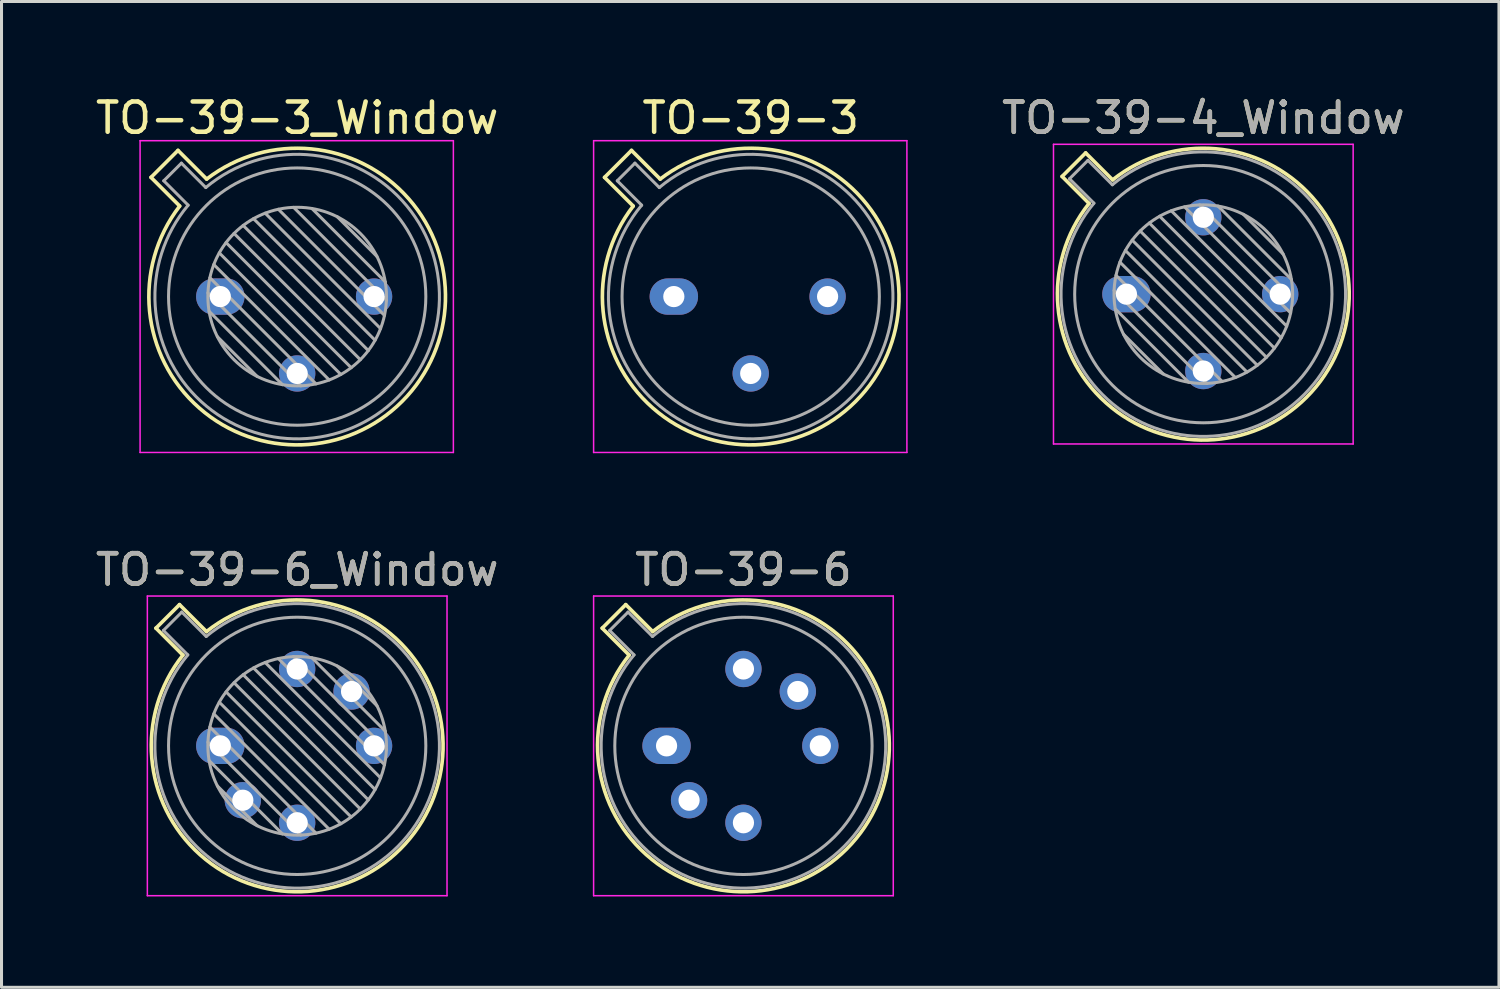
<source format=kicad_pcb>
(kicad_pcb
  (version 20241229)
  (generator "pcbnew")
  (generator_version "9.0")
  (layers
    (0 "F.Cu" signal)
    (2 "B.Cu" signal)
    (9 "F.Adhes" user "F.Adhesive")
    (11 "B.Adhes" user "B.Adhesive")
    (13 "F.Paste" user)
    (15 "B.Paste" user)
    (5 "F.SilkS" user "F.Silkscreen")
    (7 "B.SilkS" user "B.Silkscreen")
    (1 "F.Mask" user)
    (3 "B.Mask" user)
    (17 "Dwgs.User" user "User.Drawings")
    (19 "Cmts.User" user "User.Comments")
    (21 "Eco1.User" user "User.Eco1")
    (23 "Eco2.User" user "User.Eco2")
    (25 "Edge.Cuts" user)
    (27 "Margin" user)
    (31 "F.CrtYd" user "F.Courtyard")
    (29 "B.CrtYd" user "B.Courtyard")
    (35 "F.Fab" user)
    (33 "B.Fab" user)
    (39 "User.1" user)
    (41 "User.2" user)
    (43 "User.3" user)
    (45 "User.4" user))
  (footprint "TO-39-6"
    (layer "F.Cu")
    (at 18.971 21.591)
    (property "Reference" "TO-39-6" (at 2.54 -5.82 0) (layer "F.SilkS") (effects (font (size 1 1) (thickness 0.15))))
    (attr through_hole)
    (fp_line (start -2.126 -3.888) (end -1.235 -2.997) (stroke (width 0.12) (type solid)) (layer "F.SilkS"))
    (fp_line (start -1.348 -4.666) (end -2.126 -3.888) (stroke (width 0.12) (type solid)) (layer "F.SilkS"))
    (fp_line (start -0.457 -3.775) (end -1.348 -4.666) (stroke (width 0.12) (type solid)) (layer "F.SilkS"))
    (fp_arc (start -0.457084 -3.774902) (mid 5.948125 3.408384) (end -1.234674 -2.997371) (stroke (width 0.12) (type solid)) (layer "F.SilkS"))
    (fp_line (start -2.41 -4.95) (end -2.41 4.95) (stroke (width 0.05) (type solid)) (layer "F.CrtYd"))
    (fp_line (start -2.41 4.95) (end 7.49 4.95) (stroke (width 0.05) (type solid)) (layer "F.CrtYd"))
    (fp_line (start 7.49 -4.95) (end -2.41 -4.95) (stroke (width 0.05) (type solid)) (layer "F.CrtYd"))
    (fp_line (start 7.49 4.95) (end 7.49 -4.95) (stroke (width 0.05) (type solid)) (layer "F.CrtYd"))
    (fp_line (start -1.88 -3.812) (end -1.074 -3.005) (stroke (width 0.1) (type solid)) (layer "F.Fab"))
    (fp_line (start -1.272 -4.42) (end -1.88 -3.812) (stroke (width 0.1) (type solid)) (layer "F.Fab"))
    (fp_line (start -0.465 -3.614) (end -1.272 -4.42) (stroke (width 0.1) (type solid)) (layer "F.Fab"))
    (fp_arc (start -0.465408 -3.61352) (mid 5.863443 3.323361) (end -1.073594 -3.005319) (stroke (width 0.1) (type solid)) (layer "F.Fab"))
    (fp_circle (center 2.54 0) (end 6.79 0) (stroke (width 0.1) (type solid)) (fill no) (layer "F.Fab"))
    (fp_text user "${REFERENCE}" (at 2.54 -5.82 0) (layer "F.Fab") (effects (font (size 1 1) (thickness 0.15))))
    (pad "1" thru_hole oval (at 0 0) (size 1.6 1.2) (drill 0.7) (layers "*.Cu" "*.Mask"))
    (pad "2" thru_hole oval (at 0.744 1.796) (size 1.2 1.2) (drill 0.7) (layers "*.Cu" "*.Mask"))
    (pad "3" thru_hole oval (at 2.54 2.54) (size 1.2 1.2) (drill 0.7) (layers "*.Cu" "*.Mask"))
    (pad "4" thru_hole oval (at 5.08 0) (size 1.2 1.2) (drill 0.7) (layers "*.Cu" "*.Mask"))
    (pad "5" thru_hole oval (at 4.336 -1.796) (size 1.2 1.2) (drill 0.7) (layers "*.Cu" "*.Mask"))
    (pad "6" thru_hole oval (at 2.54 -2.54) (size 1.2 1.2) (drill 0.7) (layers "*.Cu" "*.Mask")))
  (footprint "TO-39-4_Window"
    (layer "F.Cu")
    (at 34.164 6.668)
    (property "Reference" "TO-39-4_Window" (at 2.54 -5.82 0) (layer "F.SilkS") (effects (font (size 1 1) (thickness 0.15))))
    (attr through_hole)
    (fp_line (start -2.126 -3.888) (end -1.235 -2.997) (stroke (width 0.12) (type solid)) (layer "F.SilkS"))
    (fp_line (start -1.348 -4.666) (end -2.126 -3.888) (stroke (width 0.12) (type solid)) (layer "F.SilkS"))
    (fp_line (start -0.457 -3.775) (end -1.348 -4.666) (stroke (width 0.12) (type solid)) (layer "F.SilkS"))
    (fp_arc (start -0.457084 -3.774902) (mid 5.948125 3.408384) (end -1.234674 -2.997371) (stroke (width 0.12) (type solid)) (layer "F.SilkS"))
    (fp_line (start -2.41 -4.95) (end -2.41 4.95) (stroke (width 0.05) (type solid)) (layer "F.CrtYd"))
    (fp_line (start -2.41 4.95) (end 7.49 4.95) (stroke (width 0.05) (type solid)) (layer "F.CrtYd"))
    (fp_line (start 7.49 -4.95) (end -2.41 -4.95) (stroke (width 0.05) (type solid)) (layer "F.CrtYd"))
    (fp_line (start 7.49 4.95) (end 7.49 -4.95) (stroke (width 0.05) (type solid)) (layer "F.CrtYd"))
    (fp_line (start -1.88 -3.812) (end -1.074 -3.005) (stroke (width 0.1) (type solid)) (layer "F.Fab"))
    (fp_line (start -1.272 -4.42) (end -1.88 -3.812) (stroke (width 0.1) (type solid)) (layer "F.Fab"))
    (fp_line (start -0.465 -3.614) (end -1.272 -4.42) (stroke (width 0.1) (type solid)) (layer "F.Fab"))
    (fp_line (start -0.408 -0.12) (end 2.66 2.948) (stroke (width 0.1) (type solid)) (layer "F.Fab"))
    (fp_line (start -0.371 0.485) (end 2.055 2.911) (stroke (width 0.1) (type solid)) (layer "F.Fab"))
    (fp_line (start -0.344 -0.622) (end 3.162 2.884) (stroke (width 0.1) (type solid)) (layer "F.Fab"))
    (fp_line (start -0.215 -1.058) (end 3.598 2.755) (stroke (width 0.1) (type solid)) (layer "F.Fab"))
    (fp_line (start -0.097 1.324) (end 1.216 2.637) (stroke (width 0.1) (type solid)) (layer "F.Fab"))
    (fp_line (start -0.034 -1.443) (end 3.983 2.574) (stroke (width 0.1) (type solid)) (layer "F.Fab"))
    (fp_line (start 0.19 -1.784) (end 4.324 2.35) (stroke (width 0.1) (type solid)) (layer "F.Fab"))
    (fp_line (start 0.454 -2.086) (end 4.626 2.086) (stroke (width 0.1) (type solid)) (layer "F.Fab"))
    (fp_line (start 0.756 -2.35) (end 4.89 1.784) (stroke (width 0.1) (type solid)) (layer "F.Fab"))
    (fp_line (start 1.097 -2.574) (end 5.114 1.443) (stroke (width 0.1) (type solid)) (layer "F.Fab"))
    (fp_line (start 1.482 -2.755) (end 5.295 1.058) (stroke (width 0.1) (type solid)) (layer "F.Fab"))
    (fp_line (start 1.918 -2.884) (end 5.424 0.622) (stroke (width 0.1) (type solid)) (layer "F.Fab"))
    (fp_line (start 2.42 -2.948) (end 5.488 0.12) (stroke (width 0.1) (type solid)) (layer "F.Fab"))
    (fp_line (start 3.025 -2.911) (end 5.451 -0.485) (stroke (width 0.1) (type solid)) (layer "F.Fab"))
    (fp_line (start 3.864 -2.637) (end 5.177 -1.324) (stroke (width 0.1) (type solid)) (layer "F.Fab"))
    (fp_arc (start -0.465408 -3.61352) (mid 5.863443 3.323361) (end -1.073594 -3.005319) (stroke (width 0.1) (type solid)) (layer "F.Fab"))
    (fp_circle (center 2.54 0) (end 5.49 0) (stroke (width 0.1) (type solid)) (fill no) (layer "F.Fab"))
    (fp_circle (center 2.54 0) (end 6.79 0) (stroke (width 0.1) (type solid)) (fill no) (layer "F.Fab"))
    (fp_text user "${REFERENCE}" (at 2.54 -5.82 0) (layer "F.Fab") (effects (font (size 1 1) (thickness 0.15))))
    (pad "1" thru_hole oval (at 0 0) (size 1.6 1.2) (drill 0.7) (layers "*.Cu" "*.Mask"))
    (pad "2" thru_hole oval (at 2.54 2.54) (size 1.2 1.2) (drill 0.7) (layers "*.Cu" "*.Mask"))
    (pad "3" thru_hole oval (at 5.08 0) (size 1.2 1.2) (drill 0.7) (layers "*.Cu" "*.Mask"))
    (pad "4" thru_hole oval (at 2.54 -2.54) (size 1.2 1.2) (drill 0.7) (layers "*.Cu" "*.Mask")))
  (footprint "TO-39-6_Window"
    (layer "F.Cu")
    (at 4.228 21.591)
    (property "Reference" "TO-39-6_Window" (at 2.54 -5.82 0) (layer "F.SilkS") (effects (font (size 1 1) (thickness 0.15))))
    (attr through_hole)
    (fp_line (start -2.126 -3.888) (end -1.235 -2.997) (stroke (width 0.12) (type solid)) (layer "F.SilkS"))
    (fp_line (start -1.348 -4.666) (end -2.126 -3.888) (stroke (width 0.12) (type solid)) (layer "F.SilkS"))
    (fp_line (start -0.457 -3.775) (end -1.348 -4.666) (stroke (width 0.12) (type solid)) (layer "F.SilkS"))
    (fp_arc (start -0.457084 -3.774902) (mid 5.948125 3.408384) (end -1.234674 -2.997371) (stroke (width 0.12) (type solid)) (layer "F.SilkS"))
    (fp_line (start -2.41 -4.95) (end -2.41 4.95) (stroke (width 0.05) (type solid)) (layer "F.CrtYd"))
    (fp_line (start -2.41 4.95) (end 7.49 4.95) (stroke (width 0.05) (type solid)) (layer "F.CrtYd"))
    (fp_line (start 7.49 -4.95) (end -2.41 -4.95) (stroke (width 0.05) (type solid)) (layer "F.CrtYd"))
    (fp_line (start 7.49 4.95) (end 7.49 -4.95) (stroke (width 0.05) (type solid)) (layer "F.CrtYd"))
    (fp_line (start -1.88 -3.812) (end -1.074 -3.005) (stroke (width 0.1) (type solid)) (layer "F.Fab"))
    (fp_line (start -1.272 -4.42) (end -1.88 -3.812) (stroke (width 0.1) (type solid)) (layer "F.Fab"))
    (fp_line (start -0.465 -3.614) (end -1.272 -4.42) (stroke (width 0.1) (type solid)) (layer "F.Fab"))
    (fp_line (start -0.408 -0.12) (end 2.66 2.948) (stroke (width 0.1) (type solid)) (layer "F.Fab"))
    (fp_line (start -0.371 0.485) (end 2.055 2.911) (stroke (width 0.1) (type solid)) (layer "F.Fab"))
    (fp_line (start -0.344 -0.622) (end 3.162 2.884) (stroke (width 0.1) (type solid)) (layer "F.Fab"))
    (fp_line (start -0.215 -1.058) (end 3.598 2.755) (stroke (width 0.1) (type solid)) (layer "F.Fab"))
    (fp_line (start -0.097 1.324) (end 1.216 2.637) (stroke (width 0.1) (type solid)) (layer "F.Fab"))
    (fp_line (start -0.034 -1.443) (end 3.983 2.574) (stroke (width 0.1) (type solid)) (layer "F.Fab"))
    (fp_line (start 0.19 -1.784) (end 4.324 2.35) (stroke (width 0.1) (type solid)) (layer "F.Fab"))
    (fp_line (start 0.454 -2.086) (end 4.626 2.086) (stroke (width 0.1) (type solid)) (layer "F.Fab"))
    (fp_line (start 0.756 -2.35) (end 4.89 1.784) (stroke (width 0.1) (type solid)) (layer "F.Fab"))
    (fp_line (start 1.097 -2.574) (end 5.114 1.443) (stroke (width 0.1) (type solid)) (layer "F.Fab"))
    (fp_line (start 1.482 -2.755) (end 5.295 1.058) (stroke (width 0.1) (type solid)) (layer "F.Fab"))
    (fp_line (start 1.918 -2.884) (end 5.424 0.622) (stroke (width 0.1) (type solid)) (layer "F.Fab"))
    (fp_line (start 2.42 -2.948) (end 5.488 0.12) (stroke (width 0.1) (type solid)) (layer "F.Fab"))
    (fp_line (start 3.025 -2.911) (end 5.451 -0.485) (stroke (width 0.1) (type solid)) (layer "F.Fab"))
    (fp_line (start 3.864 -2.637) (end 5.177 -1.324) (stroke (width 0.1) (type solid)) (layer "F.Fab"))
    (fp_arc (start -0.465408 -3.61352) (mid 5.863443 3.323361) (end -1.073594 -3.005319) (stroke (width 0.1) (type solid)) (layer "F.Fab"))
    (fp_circle (center 2.54 0) (end 5.49 0) (stroke (width 0.1) (type solid)) (fill no) (layer "F.Fab"))
    (fp_circle (center 2.54 0) (end 6.79 0) (stroke (width 0.1) (type solid)) (fill no) (layer "F.Fab"))
    (fp_text user "${REFERENCE}" (at 2.54 -5.82 0) (layer "F.Fab") (effects (font (size 1 1) (thickness 0.15))))
    (pad "1" thru_hole oval (at 0 0) (size 1.6 1.2) (drill 0.7) (layers "*.Cu" "*.Mask"))
    (pad "2" thru_hole oval (at 0.744 1.796) (size 1.2 1.2) (drill 0.7) (layers "*.Cu" "*.Mask"))
    (pad "3" thru_hole oval (at 2.54 2.54) (size 1.2 1.2) (drill 0.7) (layers "*.Cu" "*.Mask"))
    (pad "4" thru_hole oval (at 5.08 0) (size 1.2 1.2) (drill 0.7) (layers "*.Cu" "*.Mask"))
    (pad "5" thru_hole oval (at 4.336 -1.796) (size 1.2 1.2) (drill 0.7) (layers "*.Cu" "*.Mask"))
    (pad "6" thru_hole oval (at 2.54 -2.54) (size 1.2 1.2) (drill 0.7) (layers "*.Cu" "*.Mask")))
  (footprint "TO-39-3"
    (layer "F.Cu")
    (at 19.211 6.748)
    (property "Reference" "TO-39-3" (at 2.54 -5.9 0) (layer "F.SilkS") (effects (font (size 1 1) (thickness 0.15))))
    (attr through_hole)
    (fp_line (start -2.289 -3.938) (end -1.342 -2.991) (stroke (width 0.12) (type solid)) (layer "F.SilkS"))
    (fp_line (start -1.398 -4.829) (end -2.289 -3.938) (stroke (width 0.12) (type solid)) (layer "F.SilkS"))
    (fp_line (start -0.451 -3.882) (end -1.398 -4.829) (stroke (width 0.12) (type solid)) (layer "F.SilkS"))
    (fp_arc (start -0.450589 -3.881543) (mid 6.005607 3.46404) (end -1.342895 -2.988833) (stroke (width 0.12) (type solid)) (layer "F.SilkS"))
    (fp_line (start -2.65 -5.15) (end -2.65 5.15) (stroke (width 0.05) (type solid)) (layer "F.CrtYd"))
    (fp_line (start -2.65 5.15) (end 7.7 5.15) (stroke (width 0.05) (type solid)) (layer "F.CrtYd"))
    (fp_line (start 7.7 -5.15) (end -2.65 -5.15) (stroke (width 0.05) (type solid)) (layer "F.CrtYd"))
    (fp_line (start 7.7 5.15) (end 7.7 -5.15) (stroke (width 0.05) (type solid)) (layer "F.CrtYd"))
    (fp_line (start -1.868 -3.825) (end -1.062 -3.019) (stroke (width 0.1) (type solid)) (layer "F.Fab"))
    (fp_line (start -1.285 -4.408) (end -1.868 -3.825) (stroke (width 0.1) (type solid)) (layer "F.Fab"))
    (fp_line (start -0.479 -3.602) (end -1.285 -4.408) (stroke (width 0.1) (type solid)) (layer "F.Fab"))
    (fp_arc (start -0.478935 -3.602226) (mid 5.864303 3.322501) (end -1.063862 -3.016982) (stroke (width 0.1) (type solid)) (layer "F.Fab"))
    (fp_circle (center 2.54 0) (end 6.79 0) (stroke (width 0.1) (type solid)) (fill no) (layer "F.Fab"))
    (pad "1" thru_hole oval (at 0 0) (size 1.6 1.2) (drill 0.7) (layers "*.Cu" "*.Mask"))
    (pad "2" thru_hole oval (at 2.54 2.54) (size 1.2 1.2) (drill 0.7) (layers "*.Cu" "*.Mask"))
    (pad "3" thru_hole oval (at 5.08 0) (size 1.2 1.2) (drill 0.7) (layers "*.Cu" "*.Mask")))
  (footprint "TO-39-3_Window"
    (layer "F.Cu")
    (at 4.228 6.748)
    (property "Reference" "TO-39-3_Window" (at 2.54 -5.9 0) (layer "F.SilkS") (effects (font (size 1 1) (thickness 0.15))))
    (attr through_hole)
    (fp_line (start -2.289 -3.938) (end -1.342 -2.991) (stroke (width 0.12) (type solid)) (layer "F.SilkS"))
    (fp_line (start -1.398 -4.829) (end -2.289 -3.938) (stroke (width 0.12) (type solid)) (layer "F.SilkS"))
    (fp_line (start -0.451 -3.882) (end -1.398 -4.829) (stroke (width 0.12) (type solid)) (layer "F.SilkS"))
    (fp_arc (start -0.450589 -3.881543) (mid 6.005607 3.46404) (end -1.342895 -2.988833) (stroke (width 0.12) (type solid)) (layer "F.SilkS"))
    (fp_line (start -2.65 -5.15) (end -2.65 5.15) (stroke (width 0.05) (type solid)) (layer "F.CrtYd"))
    (fp_line (start -2.65 5.15) (end 7.7 5.15) (stroke (width 0.05) (type solid)) (layer "F.CrtYd"))
    (fp_line (start 7.7 -5.15) (end -2.65 -5.15) (stroke (width 0.05) (type solid)) (layer "F.CrtYd"))
    (fp_line (start 7.7 5.15) (end 7.7 -5.15) (stroke (width 0.05) (type solid)) (layer "F.CrtYd"))
    (fp_line (start -1.868 -3.825) (end -1.062 -3.019) (stroke (width 0.1) (type solid)) (layer "F.Fab"))
    (fp_line (start -1.285 -4.408) (end -1.868 -3.825) (stroke (width 0.1) (type solid)) (layer "F.Fab"))
    (fp_line (start -0.479 -3.602) (end -1.285 -4.408) (stroke (width 0.1) (type solid)) (layer "F.Fab"))
    (fp_line (start -0.408 -0.12) (end 2.66 2.948) (stroke (width 0.1) (type solid)) (layer "F.Fab"))
    (fp_line (start -0.371 0.485) (end 2.055 2.911) (stroke (width 0.1) (type solid)) (layer "F.Fab"))
    (fp_line (start -0.344 -0.622) (end 3.162 2.884) (stroke (width 0.1) (type solid)) (layer "F.Fab"))
    (fp_line (start -0.215 -1.058) (end 3.598 2.755) (stroke (width 0.1) (type solid)) (layer "F.Fab"))
    (fp_line (start -0.097 1.324) (end 1.216 2.637) (stroke (width 0.1) (type solid)) (layer "F.Fab"))
    (fp_line (start -0.034 -1.443) (end 3.983 2.574) (stroke (width 0.1) (type solid)) (layer "F.Fab"))
    (fp_line (start 0.19 -1.784) (end 4.324 2.35) (stroke (width 0.1) (type solid)) (layer "F.Fab"))
    (fp_line (start 0.454 -2.086) (end 4.626 2.086) (stroke (width 0.1) (type solid)) (layer "F.Fab"))
    (fp_line (start 0.756 -2.35) (end 4.89 1.784) (stroke (width 0.1) (type solid)) (layer "F.Fab"))
    (fp_line (start 1.097 -2.574) (end 5.114 1.443) (stroke (width 0.1) (type solid)) (layer "F.Fab"))
    (fp_line (start 1.482 -2.755) (end 5.295 1.058) (stroke (width 0.1) (type solid)) (layer "F.Fab"))
    (fp_line (start 1.918 -2.884) (end 5.424 0.622) (stroke (width 0.1) (type solid)) (layer "F.Fab"))
    (fp_line (start 2.42 -2.948) (end 5.488 0.12) (stroke (width 0.1) (type solid)) (layer "F.Fab"))
    (fp_line (start 3.025 -2.911) (end 5.451 -0.485) (stroke (width 0.1) (type solid)) (layer "F.Fab"))
    (fp_line (start 3.864 -2.637) (end 5.177 -1.324) (stroke (width 0.1) (type solid)) (layer "F.Fab"))
    (fp_arc (start -0.478935 -3.602226) (mid 5.864303 3.322501) (end -1.063862 -3.016982) (stroke (width 0.1) (type solid)) (layer "F.Fab"))
    (fp_circle (center 2.54 0) (end 5.49 0) (stroke (width 0.1) (type solid)) (fill no) (layer "F.Fab"))
    (fp_circle (center 2.54 0) (end 6.79 0) (stroke (width 0.1) (type solid)) (fill no) (layer "F.Fab"))
    (pad "1" thru_hole oval (at 0 0) (size 1.6 1.2) (drill 0.7) (layers "*.Cu" "*.Mask"))
    (pad "2" thru_hole oval (at 2.54 2.54) (size 1.2 1.2) (drill 0.7) (layers "*.Cu" "*.Mask"))
    (pad "3" thru_hole oval (at 5.08 0) (size 1.2 1.2) (drill 0.7) (layers "*.Cu" "*.Mask")))
  (gr_rect
    (start -3 -3)
    (end 46.471 29.567)
    (stroke (width 0.1) (type default))
    (fill no)
    (layer "Edge.Cuts")))
</source>
